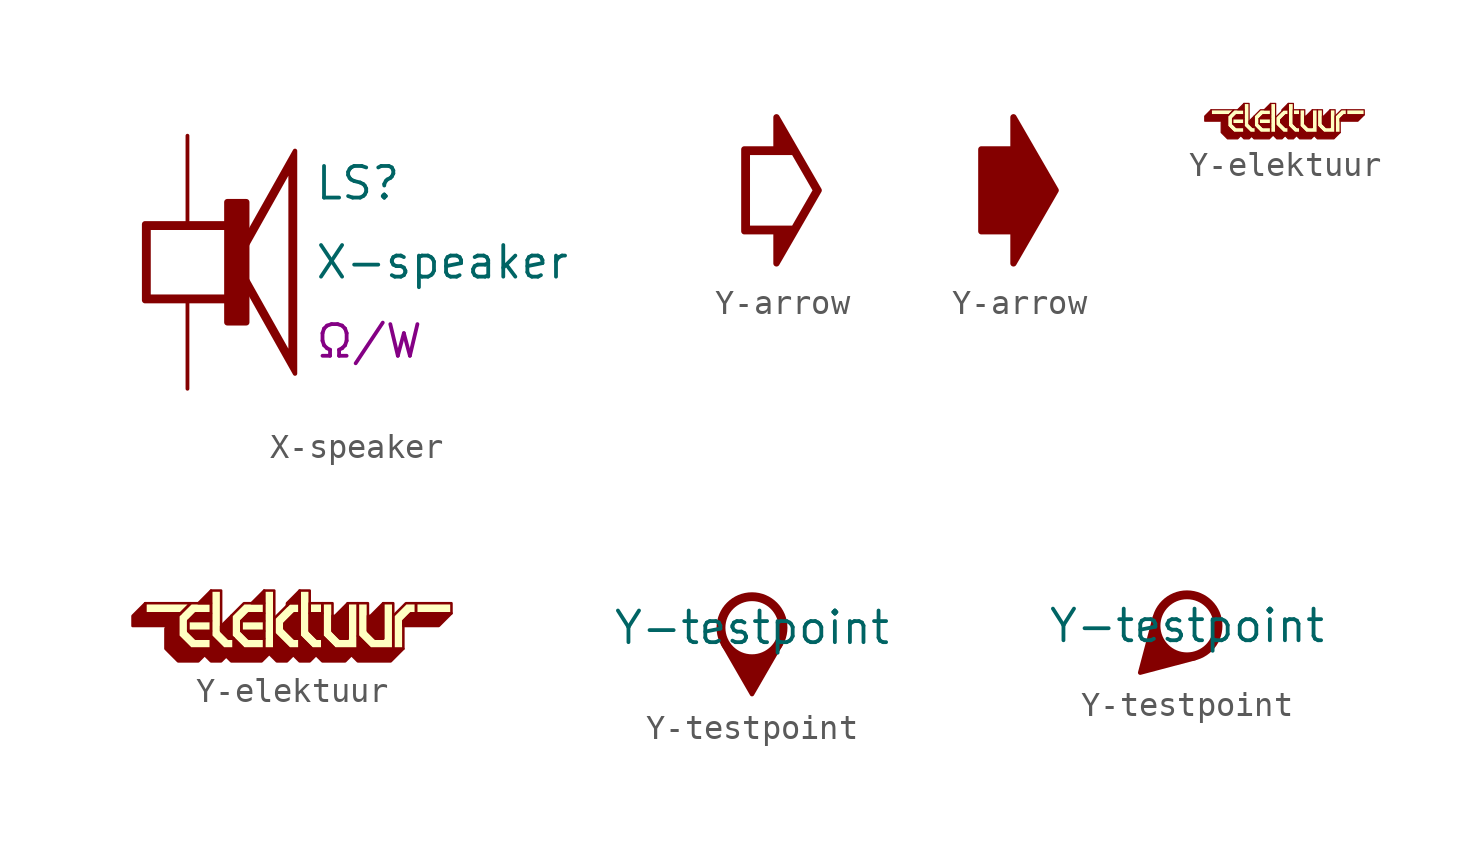
<source format=kicad_sym>
(kicad_symbol_lib
  (version 20211014)
  (generator kicad_symbol_editor)
  (symbol "X-speaker"
    (pin_numbers hide)
    (pin_names
      (offset 0) hide)
    (property "Reference" "LS"
      (at 5.08 3.175 0)
      (effects (font (size 1.27 1.27)) (justify left)))
    (property "Value" "X-speaker"
      (at 5.08 0 0)
      (effects (font (size 1.27 1.27)) (justify left)))
    (property "Rating" "Ω/W"
      (at 5.08 -3.175 0)
      (effects (font (size 1.27 1.27)) (justify left)))
    (symbol "X-speaker_1_0"
      (polyline (pts (xy 1.803 0) (xy 4.318 -4.47) (xy 4.318 4.47) (xy 1.803 0) (xy 2.083 0.152) (xy 4.14 3.81) (xy 4.14 -3.81) (xy 2.083 -0.152) (xy 2.083 0.152) (xy 1.803 0)) (stroke (width 0.178) (type default) (color 0 0 0 0)) (fill (type outline)))
      (polyline (pts (xy 1.6 1.524) (xy -1.702 1.524) (xy -1.702 -1.524) (xy 1.6 -1.524) (xy 1.6 -2.413) (xy 2.362 -2.413) (xy 2.362 2.413) (xy 1.6 2.413) (xy 1.6 -1.422) (xy -1.6 -1.422) (xy -1.6 1.422) (xy 1.6 1.422) (xy 1.6 1.524)) (stroke (width 0.254) (type default) (color 0 0 0 0)) (fill (type outline)))
      (pin passive line (at 0 5.08 270) (length 3.556) (name "+" (effects (font (size 1.27 1.27)))) (number "1" (effects (font (size 1.27 1.27)))))
      (pin passive line (at 0 -5.08 90) (length 3.556) (name "-" (effects (font (size 1.27 1.27)))) (number "2" (effects (font (size 1.27 1.27)))))))
  (symbol "Y-arrow"
    (pin_numbers hide)
    (pin_names
      (offset 0) hide)
    (property "Reference" "#SYM"
      (at 0 0 0)
      (effects (font (size 0 0)) hide))
    (symbol "Y-arrow_1_1"
      (polyline (pts (xy 1.499 0) (xy -0.203 -2.946) (xy -0.203 -1.651) (xy -1.499 -1.651) (xy -1.499 1.651) (xy -0.203 1.651) (xy -0.203 2.946) (xy 1.499 0) (xy 1.397 0) (xy 0.356 1.803) (xy 0.483 1.549) (xy -1.397 1.549) (xy -1.397 -1.549) (xy 0.483 -1.549) (xy 0.356 -1.803) (xy 1.397 0) (xy 1.499 0)) (stroke (width 0.254) (type default) (color 0 0 0 0)) (fill (type outline))))
    (symbol "Y-arrow_1_2"
      (polyline (pts (xy 1.499 0) (xy -0.203 -2.946) (xy -0.203 -1.651) (xy -1.499 -1.651) (xy -1.499 1.651) (xy -0.203 1.651) (xy -0.203 2.946) (xy 1.499 0)) (stroke (width 0.254) (type default) (color 0 0 0 0)) (fill (type outline))))
    (symbol "Y-arrow_1_3"
      (polyline (pts (xy 0.762 0) (xy -0.762 -0.889) (xy -0.762 0.889) (xy 0.762 0)) (stroke (width 0) (type default) (color 0 0 0 0)) (fill (type outline)))))
  (symbol "Y-elektuur"
    (pin_numbers hide)
    (pin_names
      (offset 0) hide)
    (property "Reference" "#SYM"
      (at 0 0 0)
      (effects (font (size 0 0)) hide))
    (symbol "Y-elektuur_1_1"
      (polyline (pts (xy -1.626 0.584) (xy -1.88 0.33) (xy -1.626 0.33) (xy -1.626 0.584)) (stroke (width 0.051) (type default) (color 0 0 0 0)) (fill (type outline)))
      (polyline (pts (xy -0.559 0.584) (xy -0.813 0.33) (xy -0.559 0.33) (xy -0.559 0.584)) (stroke (width 0.051) (type default) (color 0 0 0 0)) (fill (type outline)))
      (polyline (pts (xy -2.946 0.127) (xy -2.946 0.33) (xy -2.032 0.33) (xy -2.235 0.127) (xy -2.946 0.127)) (stroke (width 0.051) (type default) (color 0 0 0 0)) (fill (type background)))
      (polyline (pts (xy -1.626 -0.229) (xy -2.083 -0.229) (xy -2.083 -0.025) (xy -1.626 -0.025) (xy -1.626 -0.229)) (stroke (width 0.051) (type default) (color 0 0 0 0)) (fill (type background)))
      (polyline (pts (xy -1.626 -0.025) (xy -1.626 0.127) (xy -1.93 0.127) (xy -2.083 -0.025) (xy -1.626 -0.025)) (stroke (width 0.051) (type default) (color 0 0 0 0)) (fill (type outline)))
      (polyline (pts (xy -0.559 -0.381) (xy -0.559 -0.229) (xy -1.016 -0.229) (xy -0.864 -0.381) (xy -0.559 -0.381)) (stroke (width 0.051) (type default) (color 0 0 0 0)) (fill (type outline)))
      (polyline (pts (xy -0.559 -0.229) (xy -1.016 -0.229) (xy -1.016 -0.025) (xy -0.559 -0.025) (xy -0.559 -0.229)) (stroke (width 0.051) (type default) (color 0 0 0 0)) (fill (type background)))
      (polyline (pts (xy -0.559 -0.025) (xy -0.559 0.127) (xy -0.864 0.127) (xy -1.016 -0.025) (xy -0.559 -0.025)) (stroke (width 0.051) (type default) (color 0 0 0 0)) (fill (type outline)))
      (polyline (pts (xy -0.356 -0.584) (xy -0.559 -0.584) (xy -0.559 0.584) (xy -0.356 0.584) (xy -0.356 -0.584)) (stroke (width 0.051) (type default) (color 0 0 0 0)) (fill (type background)))
      (polyline (pts (xy 0.61 0.127) (xy 0.356 0.127) (xy 0.356 0.33) (xy 0.61 0.33) (xy 0.61 0.127)) (stroke (width 0.051) (type default) (color 0 0 0 0)) (fill (type background)))
      (polyline (pts (xy 3.2 0.127) (xy 2.489 0.127) (xy 2.489 0.33) (xy 3.2 0.33) (xy 3.2 0.127)) (stroke (width 0.051) (type default) (color 0 0 0 0)) (fill (type background)))
      (polyline (pts (xy 0.152 0.584) (xy -0.102 0.33) (xy -0.102 0.279) (xy -0.051 0.33) (xy 0.152 0.33) (xy 0.152 0.584)) (stroke (width 0.051) (type default) (color 0 0 0 0)) (fill (type outline)))
      (polyline (pts (xy 2.235 -0.127) (xy 2.946 -0.127) (xy 3.2 0.127) (xy 2.388 0.127) (xy 2.235 -0.025) (xy 2.235 -0.127)) (stroke (width 0.051) (type default) (color 0 0 0 0)) (fill (type outline)))
      (polyline (pts (xy -1.219 0.076) (xy -1.422 -0.127) (xy -1.422 -0.229) (xy -1.27 -0.381) (xy -1.168 -0.381) (xy -1.219 -0.33) (xy -1.219 0.076)) (stroke (width 0.051) (type default) (color 0 0 0 0)) (fill (type outline)))
      (polyline (pts (xy 1.118 0.33) (xy 0.864 0.076) (xy 0.813 0.076) (xy 0.813 -0.229) (xy 0.965 -0.381) (xy 1.118 -0.381) (xy 1.118 0.33)) (stroke (width 0.051) (type default) (color 0 0 0 0)) (fill (type outline)))
      (polyline (pts (xy 1.829 0.33) (xy 1.575 0.076) (xy 1.524 0.076) (xy 1.524 -0.229) (xy 1.676 -0.381) (xy 1.829 -0.381) (xy 1.829 0.33)) (stroke (width 0.051) (type default) (color 0 0 0 0)) (fill (type outline)))
      (polyline (pts (xy -1.168 -0.584) (xy -1.372 -0.584) (xy -1.626 -0.33) (xy -1.626 0.584) (xy -1.422 0.584) (xy -1.422 -0.229) (xy -1.27 -0.381) (xy -1.168 -0.381) (xy -1.168 -0.584)) (stroke (width 0.051) (type default) (color 0 0 0 0)) (fill (type background)))
      (polyline (pts (xy 0.61 -0.584) (xy 0.406 -0.584) (xy 0.152 -0.33) (xy 0.152 0.584) (xy 0.356 0.584) (xy 0.356 -0.229) (xy 0.508 -0.381) (xy 0.61 -0.381) (xy 0.61 -0.584)) (stroke (width 0.051) (type default) (color 0 0 0 0)) (fill (type background)))
      (polyline (pts (xy 2.235 -0.584) (xy 2.032 -0.584) (xy 2.032 0.076) (xy 2.286 0.33) (xy 2.489 0.33) (xy 2.489 0.127) (xy 2.388 0.127) (xy 2.235 -0.025) (xy 2.235 -0.584)) (stroke (width 0.051) (type default) (color 0 0 0 0)) (fill (type background)))
      (polyline (pts (xy 1.321 -0.584) (xy 0.864 -0.584) (xy 0.61 -0.33) (xy 0.61 0.33) (xy 0.813 0.33) (xy 0.813 -0.229) (xy 0.965 -0.381) (xy 1.118 -0.381) (xy 1.118 0.33) (xy 1.321 0.33) (xy 1.321 -0.584)) (stroke (width 0.051) (type default) (color 0 0 0 0)) (fill (type background)))
      (polyline (pts (xy 2.032 -0.584) (xy 1.575 -0.584) (xy 1.321 -0.33) (xy 1.321 0.33) (xy 1.524 0.33) (xy 1.524 -0.229) (xy 1.676 -0.381) (xy 1.829 -0.381) (xy 1.829 0.33) (xy 2.032 0.33) (xy 2.032 -0.584)) (stroke (width 0.051) (type default) (color 0 0 0 0)) (fill (type background)))
      (polyline (pts (xy -1.626 -0.584) (xy -2.032 -0.584) (xy -2.286 -0.33) (xy -2.286 0.076) (xy -2.032 0.33) (xy -1.626 0.33) (xy -1.626 0.127) (xy -1.93 0.127) (xy -2.083 -0.025) (xy -2.083 -0.229) (xy -1.93 -0.381) (xy -1.626 -0.381) (xy -1.626 -0.584)) (stroke (width 0.051) (type default) (color 0 0 0 0)) (fill (type background)))
      (polyline (pts (xy -0.559 -0.584) (xy -0.965 -0.584) (xy -1.219 -0.33) (xy -1.219 0.076) (xy -0.965 0.33) (xy -0.559 0.33) (xy -0.559 0.127) (xy -0.864 0.127) (xy -1.016 -0.025) (xy -1.016 -0.229) (xy -0.864 -0.381) (xy -0.559 -0.381) (xy -0.559 -0.584)) (stroke (width 0.051) (type default) (color 0 0 0 0)) (fill (type background)))
      (polyline (pts (xy 0.152 -0.584) (xy -0.051 -0.584) (xy -0.356 -0.279) (xy -0.356 0.025) (xy -0.051 0.33) (xy 0.152 0.33) (xy 0.152 0.127) (xy 0.051 0.127) (xy -0.152 -0.076) (xy -0.152 -0.178) (xy 0.051 -0.381) (xy 0.152 -0.381) (xy 0.152 -0.584)) (stroke (width 0.051) (type default) (color 0 0 0 0)) (fill (type background)))
      (polyline (pts (xy -2.946 0.33) (xy -3.2 0.076) (xy -3.2 -0.127) (xy -2.489 -0.127) (xy -2.54 -0.178) (xy -2.54 -0.584) (xy -2.286 -0.838) (xy -1.88 -0.838) (xy -1.753 -0.711) (xy -1.626 -0.838) (xy -1.422 -0.838) (xy -1.321 -0.737) (xy -1.219 -0.838) (xy -0.61 -0.838) (xy -0.457 -0.686) (xy -0.305 -0.838) (xy -0.102 -0.838) (xy 0.025 -0.711) (xy 0.152 -0.838) (xy 0.356 -0.838) (xy 0.483 -0.711) (xy 0.61 -0.838) (xy 1.067 -0.838) (xy 1.194 -0.711) (xy 1.321 -0.838) (xy 1.981 -0.838) (xy 2.235 -0.584) (xy 1.575 -0.584) (xy 1.321 -0.33) (xy 1.321 -0.584) (xy 0.864 -0.584) (xy 0.61 -0.33) (xy 0.61 0.127) (xy 0.356 0.127) (xy 0.356 -0.229) (xy 0.508 -0.381) (xy 0.61 -0.381) (xy 0.61 -0.584) (xy 0.406 -0.584) (xy 0.152 -0.33) (xy 0.152 0.127) (xy 0.051 0.127) (xy -0.152 -0.076) (xy -0.152 -0.178) (xy 0.051 -0.381) (xy 0.152 -0.381) (xy 0.152 -0.584) (xy -0.051 -0.584) (xy -0.356 -0.279) (xy -0.356 -0.584) (xy -0.965 -0.584) (xy -1.168 -0.381) (xy -1.168 -0.584) (xy -1.372 -0.584) (xy -1.626 -0.33) (xy -1.626 -0.229) (xy -2.083 -0.229) (xy -1.93 -0.381) (xy -1.626 -0.381) (xy -1.626 -0.584) (xy -2.032 -0.584) (xy -2.286 -0.33) (xy -2.286 0.076) (xy -2.235 0.127) (xy -2.946 0.127) (xy -2.946 0.33)) (stroke (width 0.051) (type default) (color 0 0 0 0)) (fill (type outline))))
    (symbol "Y-elektuur_1_2"
      (polyline (pts (xy -3.251 1.168) (xy -3.759 0.66) (xy -3.251 0.66) (xy -3.251 1.168)) (stroke (width 0.102) (type default) (color 0 0 0 0)) (fill (type outline)))
      (polyline (pts (xy -1.118 1.168) (xy -1.626 0.66) (xy -1.118 0.66) (xy -1.118 1.168)) (stroke (width 0.102) (type default) (color 0 0 0 0)) (fill (type outline)))
      (polyline (pts (xy -5.893 0.254) (xy -5.893 0.66) (xy -4.064 0.66) (xy -4.47 0.254) (xy -5.893 0.254)) (stroke (width 0.102) (type default) (color 0 0 0 0)) (fill (type background)))
      (polyline (pts (xy -3.251 -0.457) (xy -4.166 -0.457) (xy -4.166 -0.051) (xy -3.251 -0.051) (xy -3.251 -0.457)) (stroke (width 0.102) (type default) (color 0 0 0 0)) (fill (type background)))
      (polyline (pts (xy -3.251 -0.051) (xy -3.251 0.254) (xy -3.861 0.254) (xy -4.166 -0.051) (xy -3.251 -0.051)) (stroke (width 0.102) (type default) (color 0 0 0 0)) (fill (type outline)))
      (polyline (pts (xy -1.118 -0.762) (xy -1.118 -0.457) (xy -2.032 -0.457) (xy -1.727 -0.762) (xy -1.118 -0.762)) (stroke (width 0.102) (type default) (color 0 0 0 0)) (fill (type outline)))
      (polyline (pts (xy -1.118 -0.457) (xy -2.032 -0.457) (xy -2.032 -0.051) (xy -1.118 -0.051) (xy -1.118 -0.457)) (stroke (width 0.102) (type default) (color 0 0 0 0)) (fill (type background)))
      (polyline (pts (xy -1.118 -0.051) (xy -1.118 0.254) (xy -1.727 0.254) (xy -2.032 -0.051) (xy -1.118 -0.051)) (stroke (width 0.102) (type default) (color 0 0 0 0)) (fill (type outline)))
      (polyline (pts (xy -0.711 -1.168) (xy -1.118 -1.168) (xy -1.118 1.168) (xy -0.711 1.168) (xy -0.711 -1.168)) (stroke (width 0.102) (type default) (color 0 0 0 0)) (fill (type background)))
      (polyline (pts (xy 1.219 0.254) (xy 0.711 0.254) (xy 0.711 0.66) (xy 1.219 0.66) (xy 1.219 0.254)) (stroke (width 0.102) (type default) (color 0 0 0 0)) (fill (type background)))
      (polyline (pts (xy 6.401 0.254) (xy 4.978 0.254) (xy 4.978 0.66) (xy 6.401 0.66) (xy 6.401 0.254)) (stroke (width 0.102) (type default) (color 0 0 0 0)) (fill (type background)))
      (polyline (pts (xy 0.305 1.168) (xy -0.203 0.66) (xy -0.203 0.559) (xy -0.102 0.66) (xy 0.305 0.66) (xy 0.305 1.168)) (stroke (width 0.102) (type default) (color 0 0 0 0)) (fill (type outline)))
      (polyline (pts (xy 4.47 -0.254) (xy 5.893 -0.254) (xy 6.401 0.254) (xy 4.775 0.254) (xy 4.47 -0.051) (xy 4.47 -0.254)) (stroke (width 0.102) (type default) (color 0 0 0 0)) (fill (type outline)))
      (polyline (pts (xy -2.438 0.152) (xy -2.845 -0.254) (xy -2.845 -0.457) (xy -2.54 -0.762) (xy -2.337 -0.762) (xy -2.438 -0.66) (xy -2.438 0.152)) (stroke (width 0.102) (type default) (color 0 0 0 0)) (fill (type outline)))
      (polyline (pts (xy 2.235 0.66) (xy 1.727 0.152) (xy 1.626 0.152) (xy 1.626 -0.457) (xy 1.93 -0.762) (xy 2.235 -0.762) (xy 2.235 0.66)) (stroke (width 0.102) (type default) (color 0 0 0 0)) (fill (type outline)))
      (polyline (pts (xy 3.658 0.66) (xy 3.15 0.152) (xy 3.048 0.152) (xy 3.048 -0.457) (xy 3.353 -0.762) (xy 3.658 -0.762) (xy 3.658 0.66)) (stroke (width 0.102) (type default) (color 0 0 0 0)) (fill (type outline)))
      (polyline (pts (xy -2.337 -1.168) (xy -2.743 -1.168) (xy -3.251 -0.66) (xy -3.251 1.168) (xy -2.845 1.168) (xy -2.845 -0.457) (xy -2.54 -0.762) (xy -2.337 -0.762) (xy -2.337 -1.168)) (stroke (width 0.102) (type default) (color 0 0 0 0)) (fill (type background)))
      (polyline (pts (xy 1.219 -1.168) (xy 0.813 -1.168) (xy 0.305 -0.66) (xy 0.305 1.168) (xy 0.711 1.168) (xy 0.711 -0.457) (xy 1.016 -0.762) (xy 1.219 -0.762) (xy 1.219 -1.168)) (stroke (width 0.102) (type default) (color 0 0 0 0)) (fill (type background)))
      (polyline (pts (xy 4.47 -1.168) (xy 4.064 -1.168) (xy 4.064 0.152) (xy 4.572 0.66) (xy 4.978 0.66) (xy 4.978 0.254) (xy 4.775 0.254) (xy 4.47 -0.051) (xy 4.47 -1.168)) (stroke (width 0.102) (type default) (color 0 0 0 0)) (fill (type background)))
      (polyline (pts (xy 2.642 -1.168) (xy 1.727 -1.168) (xy 1.219 -0.66) (xy 1.219 0.66) (xy 1.626 0.66) (xy 1.626 -0.457) (xy 1.93 -0.762) (xy 2.235 -0.762) (xy 2.235 0.66) (xy 2.642 0.66) (xy 2.642 -1.168)) (stroke (width 0.102) (type default) (color 0 0 0 0)) (fill (type background)))
      (polyline (pts (xy 4.064 -1.168) (xy 3.15 -1.168) (xy 2.642 -0.66) (xy 2.642 0.66) (xy 3.048 0.66) (xy 3.048 -0.457) (xy 3.353 -0.762) (xy 3.658 -0.762) (xy 3.658 0.66) (xy 4.064 0.66) (xy 4.064 -1.168)) (stroke (width 0.102) (type default) (color 0 0 0 0)) (fill (type background)))
      (polyline (pts (xy -3.251 -1.168) (xy -4.064 -1.168) (xy -4.572 -0.66) (xy -4.572 0.152) (xy -4.064 0.66) (xy -3.251 0.66) (xy -3.251 0.254) (xy -3.861 0.254) (xy -4.166 -0.051) (xy -4.166 -0.457) (xy -3.861 -0.762) (xy -3.251 -0.762) (xy -3.251 -1.168)) (stroke (width 0.102) (type default) (color 0 0 0 0)) (fill (type background)))
      (polyline (pts (xy -1.118 -1.168) (xy -1.93 -1.168) (xy -2.438 -0.66) (xy -2.438 0.152) (xy -1.93 0.66) (xy -1.118 0.66) (xy -1.118 0.254) (xy -1.727 0.254) (xy -2.032 -0.051) (xy -2.032 -0.457) (xy -1.727 -0.762) (xy -1.118 -0.762) (xy -1.118 -1.168)) (stroke (width 0.102) (type default) (color 0 0 0 0)) (fill (type background)))
      (polyline (pts (xy 0.305 -1.168) (xy -0.102 -1.168) (xy -0.711 -0.559) (xy -0.711 0.051) (xy -0.102 0.66) (xy 0.305 0.66) (xy 0.305 0.254) (xy 0.102 0.254) (xy -0.305 -0.152) (xy -0.305 -0.356) (xy 0.102 -0.762) (xy 0.305 -0.762) (xy 0.305 -1.168)) (stroke (width 0.102) (type default) (color 0 0 0 0)) (fill (type background)))
      (polyline (pts (xy -5.893 0.66) (xy -6.401 0.152) (xy -6.401 -0.254) (xy -4.978 -0.254) (xy -5.08 -0.356) (xy -5.08 -1.168) (xy -4.572 -1.676) (xy -3.759 -1.676) (xy -3.505 -1.422) (xy -3.251 -1.676) (xy -2.845 -1.676) (xy -2.642 -1.473) (xy -2.438 -1.676) (xy -1.219 -1.676) (xy -0.914 -1.372) (xy -0.61 -1.676) (xy -0.203 -1.676) (xy 0.051 -1.422) (xy 0.305 -1.676) (xy 0.711 -1.676) (xy 0.965 -1.422) (xy 1.219 -1.676) (xy 2.134 -1.676) (xy 2.388 -1.422) (xy 2.642 -1.676) (xy 3.962 -1.676) (xy 4.47 -1.168) (xy 3.15 -1.168) (xy 2.642 -0.66) (xy 2.642 -1.168) (xy 1.727 -1.168) (xy 1.219 -0.66) (xy 1.219 0.254) (xy 0.711 0.254) (xy 0.711 -0.457) (xy 1.016 -0.762) (xy 1.219 -0.762) (xy 1.219 -1.168) (xy 0.813 -1.168) (xy 0.305 -0.66) (xy 0.305 0.254) (xy 0.102 0.254) (xy -0.305 -0.152) (xy -0.305 -0.356) (xy 0.102 -0.762) (xy 0.305 -0.762) (xy 0.305 -1.168) (xy -0.102 -1.168) (xy -0.711 -0.559) (xy -0.711 -1.168) (xy -1.93 -1.168) (xy -2.337 -0.762) (xy -2.337 -1.168) (xy -2.743 -1.168) (xy -3.251 -0.66) (xy -3.251 -0.457) (xy -4.166 -0.457) (xy -3.861 -0.762) (xy -3.251 -0.762) (xy -3.251 -1.168) (xy -4.064 -1.168) (xy -4.572 -0.66) (xy -4.572 0.152) (xy -4.47 0.254) (xy -5.893 0.254) (xy -5.893 0.66)) (stroke (width 0.102) (type default) (color 0 0 0 0)) (fill (type outline)))))
  (symbol "Y-testpoint"
    (pin_numbers hide)
    (pin_names
      (offset 0) hide)
    (property "Reference" "#SYM"
      (at 0 0 0)
      (effects (font (size 0 0)) hide))
    (property "Value" "Y-testpoint"
      (at 0 0 0)
      (effects (font (size 1.27 1.27))))
    (symbol "Y-testpoint_1_0"
      (circle (center 0 0) (radius 1.245) (stroke (width 0.356) (type default) (color 0 0 0 0)) (fill (type none))))
    (symbol "Y-testpoint_1_1"
      (polyline (pts (xy 0 -1.422) (xy -1.143 -0.686) (xy 0 -2.667) (xy 1.143 -0.686) (xy 0 -1.422)) (stroke (width 0.178) (type default) (color 0 0 0 0)) (fill (type outline))))
    (symbol "Y-testpoint_1_2"
      (polyline (pts (xy -1.016 -1.016) (xy -1.295 0.33) (xy -1.88 -1.88) (xy 0.33 -1.295) (xy -1.016 -1.016)) (stroke (width 0.178) (type default) (color 0 0 0 0)) (fill (type outline))))))
</source>
